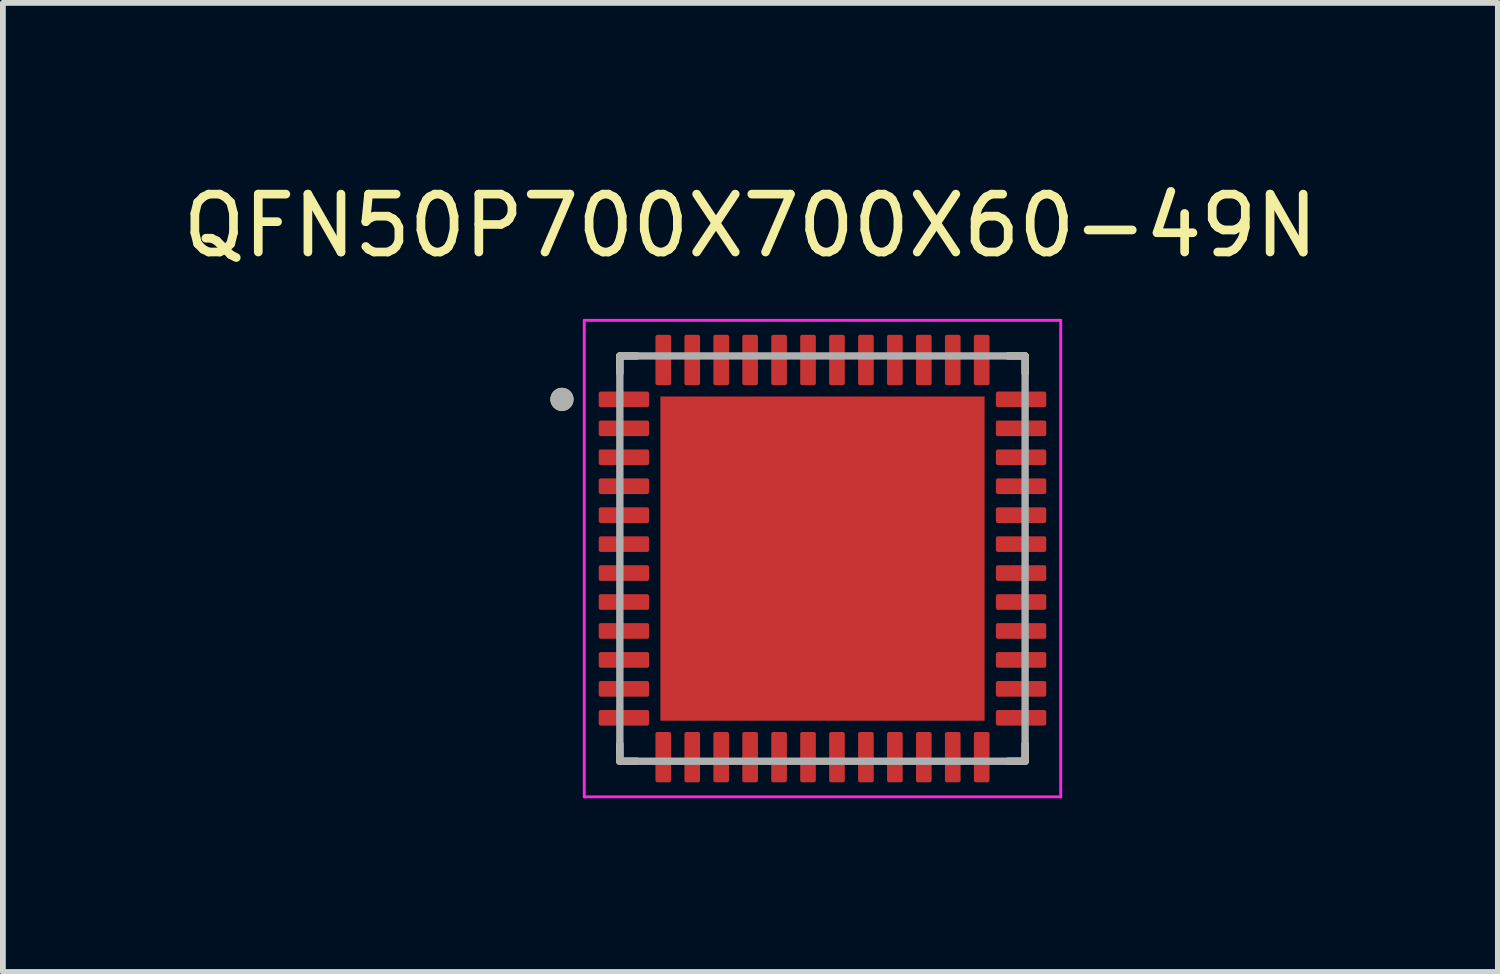
<source format=kicad_pcb>
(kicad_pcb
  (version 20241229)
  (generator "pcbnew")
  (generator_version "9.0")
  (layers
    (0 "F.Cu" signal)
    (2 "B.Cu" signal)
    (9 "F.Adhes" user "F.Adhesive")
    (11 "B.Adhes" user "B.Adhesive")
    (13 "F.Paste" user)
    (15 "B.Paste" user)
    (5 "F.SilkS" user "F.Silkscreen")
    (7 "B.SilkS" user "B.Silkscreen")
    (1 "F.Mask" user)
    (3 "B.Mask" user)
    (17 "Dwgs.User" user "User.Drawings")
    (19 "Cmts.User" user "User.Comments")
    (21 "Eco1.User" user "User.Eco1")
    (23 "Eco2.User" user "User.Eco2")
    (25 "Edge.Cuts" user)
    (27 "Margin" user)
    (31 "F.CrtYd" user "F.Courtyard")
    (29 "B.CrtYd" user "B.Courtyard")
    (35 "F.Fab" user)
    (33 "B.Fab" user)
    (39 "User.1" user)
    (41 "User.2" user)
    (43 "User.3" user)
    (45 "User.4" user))
  (footprint "QFN50P700X700X60-49N"
    (layer "F.Cu")
    (at 11.156 6.598)
    (property "Reference" "QFN50P700X700X60-49N" (at -1.245 -5.75 0) (layer "F.SilkS") (effects (font (size 1 1) (thickness 0.15))))
    (attr smd)
    (fp_line (start -3.5 -3.5) (end -3.5 -3.205) (stroke (width 0.127) (type solid)) (layer "F.SilkS"))
    (fp_line (start -3.5 -3.5) (end -3.205 -3.5) (stroke (width 0.127) (type solid)) (layer "F.SilkS"))
    (fp_line (start -3.5 3.5) (end -3.5 3.205) (stroke (width 0.127) (type solid)) (layer "F.SilkS"))
    (fp_line (start -3.5 3.5) (end -3.205 3.5) (stroke (width 0.127) (type solid)) (layer "F.SilkS"))
    (fp_line (start 3.5 -3.5) (end 3.205 -3.5) (stroke (width 0.127) (type solid)) (layer "F.SilkS"))
    (fp_line (start 3.5 -3.5) (end 3.5 -3.205) (stroke (width 0.127) (type solid)) (layer "F.SilkS"))
    (fp_line (start 3.5 3.5) (end 3.205 3.5) (stroke (width 0.127) (type solid)) (layer "F.SilkS"))
    (fp_line (start 3.5 3.5) (end 3.5 3.205) (stroke (width 0.127) (type solid)) (layer "F.SilkS"))
    (fp_circle (center -4.5 -2.75) (end -4.4 -2.75) (stroke (width 0.2) (type solid)) (fill no) (layer "F.SilkS"))
    (fp_poly (pts (xy -2.29 -2.29) (xy -0.51 -2.29) (xy -0.51 -0.51) (xy -2.29 -0.51)) (stroke (width 0.01) (type solid)) (fill yes) (layer "F.Paste"))
    (fp_poly (pts (xy -2.29 0.51) (xy -0.51 0.51) (xy -0.51 2.29) (xy -2.29 2.29)) (stroke (width 0.01) (type solid)) (fill yes) (layer "F.Paste"))
    (fp_poly (pts (xy 0.51 -2.29) (xy 2.29 -2.29) (xy 2.29 -0.51) (xy 0.51 -0.51)) (stroke (width 0.01) (type solid)) (fill yes) (layer "F.Paste"))
    (fp_poly (pts (xy 0.51 0.51) (xy 2.29 0.51) (xy 2.29 2.29) (xy 0.51 2.29)) (stroke (width 0.01) (type solid)) (fill yes) (layer "F.Paste"))
    (fp_line (start -4.115 -4.115) (end 4.115 -4.115) (stroke (width 0.05) (type solid)) (layer "F.CrtYd"))
    (fp_line (start -4.115 4.115) (end -4.115 -4.115) (stroke (width 0.05) (type solid)) (layer "F.CrtYd"))
    (fp_line (start -4.115 4.115) (end 4.115 4.115) (stroke (width 0.05) (type solid)) (layer "F.CrtYd"))
    (fp_line (start 4.115 4.115) (end 4.115 -4.115) (stroke (width 0.05) (type solid)) (layer "F.CrtYd"))
    (fp_line (start -3.5 3.5) (end -3.5 -3.5) (stroke (width 0.127) (type solid)) (layer "F.Fab"))
    (fp_line (start 3.5 -3.5) (end -3.5 -3.5) (stroke (width 0.127) (type solid)) (layer "F.Fab"))
    (fp_line (start 3.5 3.5) (end -3.5 3.5) (stroke (width 0.127) (type solid)) (layer "F.Fab"))
    (fp_line (start 3.5 3.5) (end 3.5 -3.5) (stroke (width 0.127) (type solid)) (layer "F.Fab"))
    (fp_circle (center -4.5 -2.75) (end -4.4 -2.75) (stroke (width 0.2) (type solid)) (fill no) (layer "F.Fab"))
    (pad "1" smd roundrect (at -3.43 -2.75) (size 0.87 0.27) (layers "F.Cu" "F.Mask" "F.Paste") (roundrect_rratio 0.125))
    (pad "2" smd roundrect (at -3.43 -2.25) (size 0.87 0.27) (layers "F.Cu" "F.Mask" "F.Paste") (roundrect_rratio 0.125))
    (pad "3" smd roundrect (at -3.43 -1.75) (size 0.87 0.27) (layers "F.Cu" "F.Mask" "F.Paste") (roundrect_rratio 0.125))
    (pad "4" smd roundrect (at -3.43 -1.25) (size 0.87 0.27) (layers "F.Cu" "F.Mask" "F.Paste") (roundrect_rratio 0.125))
    (pad "5" smd roundrect (at -3.43 -0.75) (size 0.87 0.27) (layers "F.Cu" "F.Mask" "F.Paste") (roundrect_rratio 0.125))
    (pad "6" smd roundrect (at -3.43 -0.25) (size 0.87 0.27) (layers "F.Cu" "F.Mask" "F.Paste") (roundrect_rratio 0.125))
    (pad "7" smd roundrect (at -3.43 0.25) (size 0.87 0.27) (layers "F.Cu" "F.Mask" "F.Paste") (roundrect_rratio 0.125))
    (pad "8" smd roundrect (at -3.43 0.75) (size 0.87 0.27) (layers "F.Cu" "F.Mask" "F.Paste") (roundrect_rratio 0.125))
    (pad "9" smd roundrect (at -3.43 1.25) (size 0.87 0.27) (layers "F.Cu" "F.Mask" "F.Paste") (roundrect_rratio 0.125))
    (pad "10" smd roundrect (at -3.43 1.75) (size 0.87 0.27) (layers "F.Cu" "F.Mask" "F.Paste") (roundrect_rratio 0.125))
    (pad "11" smd roundrect (at -3.43 2.25) (size 0.87 0.27) (layers "F.Cu" "F.Mask" "F.Paste") (roundrect_rratio 0.125))
    (pad "12" smd roundrect (at -3.43 2.75) (size 0.87 0.27) (layers "F.Cu" "F.Mask" "F.Paste") (roundrect_rratio 0.125))
    (pad "13" smd roundrect (at -2.75 3.43) (size 0.27 0.87) (layers "F.Cu" "F.Mask" "F.Paste") (roundrect_rratio 0.125))
    (pad "14" smd roundrect (at -2.25 3.43) (size 0.27 0.87) (layers "F.Cu" "F.Mask" "F.Paste") (roundrect_rratio 0.125))
    (pad "15" smd roundrect (at -1.75 3.43) (size 0.27 0.87) (layers "F.Cu" "F.Mask" "F.Paste") (roundrect_rratio 0.125))
    (pad "16" smd roundrect (at -1.25 3.43) (size 0.27 0.87) (layers "F.Cu" "F.Mask" "F.Paste") (roundrect_rratio 0.125))
    (pad "17" smd roundrect (at -0.75 3.43) (size 0.27 0.87) (layers "F.Cu" "F.Mask" "F.Paste") (roundrect_rratio 0.125))
    (pad "18" smd roundrect (at -0.25 3.43) (size 0.27 0.87) (layers "F.Cu" "F.Mask" "F.Paste") (roundrect_rratio 0.125))
    (pad "19" smd roundrect (at 0.25 3.43) (size 0.27 0.87) (layers "F.Cu" "F.Mask" "F.Paste") (roundrect_rratio 0.125))
    (pad "20" smd roundrect (at 0.75 3.43) (size 0.27 0.87) (layers "F.Cu" "F.Mask" "F.Paste") (roundrect_rratio 0.125))
    (pad "21" smd roundrect (at 1.25 3.43) (size 0.27 0.87) (layers "F.Cu" "F.Mask" "F.Paste") (roundrect_rratio 0.125))
    (pad "22" smd roundrect (at 1.75 3.43) (size 0.27 0.87) (layers "F.Cu" "F.Mask" "F.Paste") (roundrect_rratio 0.125))
    (pad "23" smd roundrect (at 2.25 3.43) (size 0.27 0.87) (layers "F.Cu" "F.Mask" "F.Paste") (roundrect_rratio 0.125))
    (pad "24" smd roundrect (at 2.75 3.43) (size 0.27 0.87) (layers "F.Cu" "F.Mask" "F.Paste") (roundrect_rratio 0.125))
    (pad "25" smd roundrect (at 3.43 2.75) (size 0.87 0.27) (layers "F.Cu" "F.Mask" "F.Paste") (roundrect_rratio 0.125))
    (pad "26" smd roundrect (at 3.43 2.25) (size 0.87 0.27) (layers "F.Cu" "F.Mask" "F.Paste") (roundrect_rratio 0.125))
    (pad "27" smd roundrect (at 3.43 1.75) (size 0.87 0.27) (layers "F.Cu" "F.Mask" "F.Paste") (roundrect_rratio 0.125))
    (pad "28" smd roundrect (at 3.43 1.25) (size 0.87 0.27) (layers "F.Cu" "F.Mask" "F.Paste") (roundrect_rratio 0.125))
    (pad "29" smd roundrect (at 3.43 0.75) (size 0.87 0.27) (layers "F.Cu" "F.Mask" "F.Paste") (roundrect_rratio 0.125))
    (pad "30" smd roundrect (at 3.43 0.25) (size 0.87 0.27) (layers "F.Cu" "F.Mask" "F.Paste") (roundrect_rratio 0.125))
    (pad "31" smd roundrect (at 3.43 -0.25) (size 0.87 0.27) (layers "F.Cu" "F.Mask" "F.Paste") (roundrect_rratio 0.125))
    (pad "32" smd roundrect (at 3.43 -0.75) (size 0.87 0.27) (layers "F.Cu" "F.Mask" "F.Paste") (roundrect_rratio 0.125))
    (pad "33" smd roundrect (at 3.43 -1.25) (size 0.87 0.27) (layers "F.Cu" "F.Mask" "F.Paste") (roundrect_rratio 0.125))
    (pad "34" smd roundrect (at 3.43 -1.75) (size 0.87 0.27) (layers "F.Cu" "F.Mask" "F.Paste") (roundrect_rratio 0.125))
    (pad "35" smd roundrect (at 3.43 -2.25) (size 0.87 0.27) (layers "F.Cu" "F.Mask" "F.Paste") (roundrect_rratio 0.125))
    (pad "36" smd roundrect (at 3.43 -2.75) (size 0.87 0.27) (layers "F.Cu" "F.Mask" "F.Paste") (roundrect_rratio 0.125))
    (pad "37" smd roundrect (at 2.75 -3.43) (size 0.27 0.87) (layers "F.Cu" "F.Mask" "F.Paste") (roundrect_rratio 0.125))
    (pad "38" smd roundrect (at 2.25 -3.43) (size 0.27 0.87) (layers "F.Cu" "F.Mask" "F.Paste") (roundrect_rratio 0.125))
    (pad "39" smd roundrect (at 1.75 -3.43) (size 0.27 0.87) (layers "F.Cu" "F.Mask" "F.Paste") (roundrect_rratio 0.125))
    (pad "40" smd roundrect (at 1.25 -3.43) (size 0.27 0.87) (layers "F.Cu" "F.Mask" "F.Paste") (roundrect_rratio 0.125))
    (pad "41" smd roundrect (at 0.75 -3.43) (size 0.27 0.87) (layers "F.Cu" "F.Mask" "F.Paste") (roundrect_rratio 0.125))
    (pad "42" smd roundrect (at 0.25 -3.43) (size 0.27 0.87) (layers "F.Cu" "F.Mask" "F.Paste") (roundrect_rratio 0.125))
    (pad "43" smd roundrect (at -0.25 -3.43) (size 0.27 0.87) (layers "F.Cu" "F.Mask" "F.Paste") (roundrect_rratio 0.125))
    (pad "44" smd roundrect (at -0.75 -3.43) (size 0.27 0.87) (layers "F.Cu" "F.Mask" "F.Paste") (roundrect_rratio 0.125))
    (pad "45" smd roundrect (at -1.25 -3.43) (size 0.27 0.87) (layers "F.Cu" "F.Mask" "F.Paste") (roundrect_rratio 0.125))
    (pad "46" smd roundrect (at -1.75 -3.43) (size 0.27 0.87) (layers "F.Cu" "F.Mask" "F.Paste") (roundrect_rratio 0.125))
    (pad "47" smd roundrect (at -2.25 -3.43) (size 0.27 0.87) (layers "F.Cu" "F.Mask" "F.Paste") (roundrect_rratio 0.125))
    (pad "48" smd roundrect (at -2.75 -3.43) (size 0.27 0.87) (layers "F.Cu" "F.Mask" "F.Paste") (roundrect_rratio 0.125))
    (pad "49" smd rect (at 0 0) (size 5.6 5.6) (layers "F.Cu" "F.Mask")))
  (gr_rect
    (start -3 -3)
    (end 22.821 13.738)
    (stroke (width 0.1) (type default))
    (fill no)
    (layer "Edge.Cuts")))
</source>
